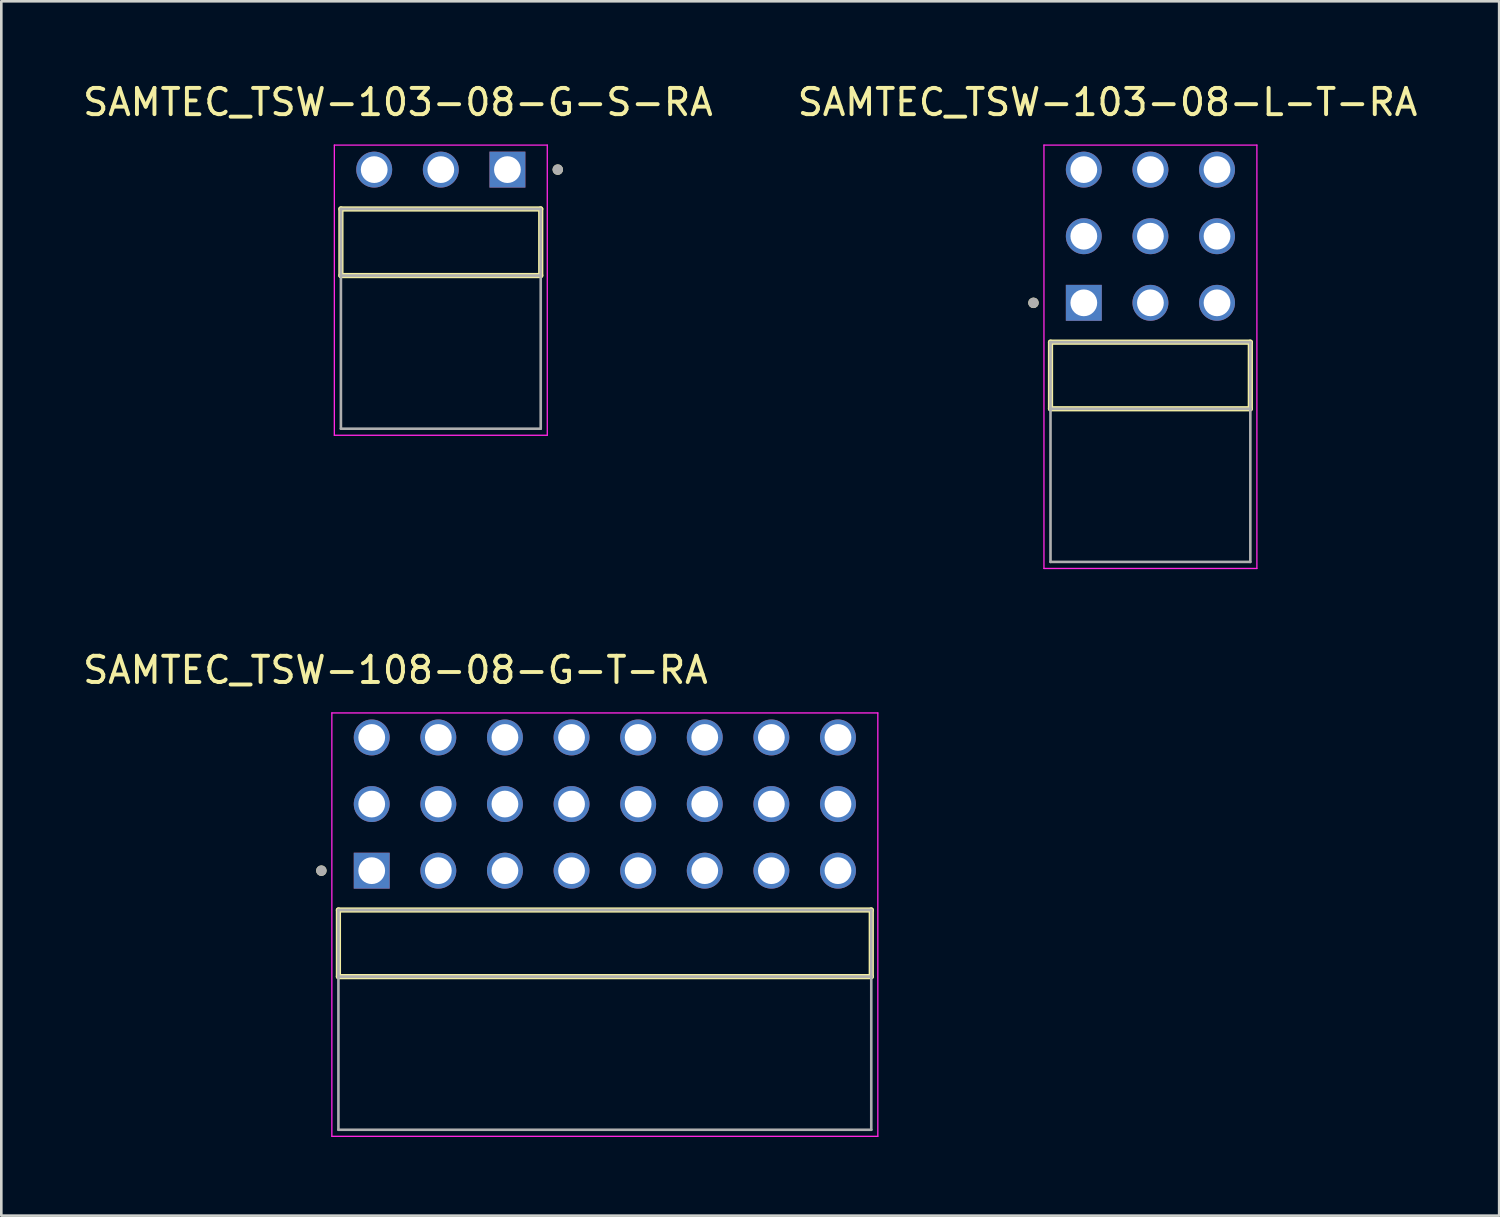
<source format=kicad_pcb>
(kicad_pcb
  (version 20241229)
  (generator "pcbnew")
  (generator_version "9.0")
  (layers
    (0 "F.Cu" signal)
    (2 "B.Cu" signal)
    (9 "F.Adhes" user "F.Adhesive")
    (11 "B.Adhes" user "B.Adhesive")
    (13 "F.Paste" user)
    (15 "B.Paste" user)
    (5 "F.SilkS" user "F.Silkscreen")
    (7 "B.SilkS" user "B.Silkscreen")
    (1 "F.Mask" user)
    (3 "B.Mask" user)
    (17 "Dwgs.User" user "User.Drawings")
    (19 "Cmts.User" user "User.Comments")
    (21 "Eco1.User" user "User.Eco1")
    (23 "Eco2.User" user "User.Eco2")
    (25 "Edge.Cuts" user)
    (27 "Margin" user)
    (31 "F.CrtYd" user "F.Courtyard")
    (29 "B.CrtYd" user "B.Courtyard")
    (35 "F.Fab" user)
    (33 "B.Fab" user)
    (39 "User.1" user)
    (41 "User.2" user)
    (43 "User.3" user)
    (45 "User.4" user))
  (footprint "SAMTEC_TSW-103-08-L-T-RA"
    (layer "F.Cu")
    (at 40.82 11.268)
    (property "Reference" "SAMTEC_TSW-103-08-L-T-RA" (at -1.635 -10.42 0) (layer "F.SilkS") (effects (font (size 1 1) (thickness 0.15))))
    (attr through_hole)
    (fp_line (start -3.81 1.27) (end -3.81 -1.27) (stroke (width 0.2) (type solid)) (layer "F.SilkS"))
    (fp_line (start 3.81 -1.27) (end -3.81 -1.27) (stroke (width 0.2) (type solid)) (layer "F.SilkS"))
    (fp_line (start 3.81 -1.27) (end 3.81 1.27) (stroke (width 0.2) (type solid)) (layer "F.SilkS"))
    (fp_line (start 3.81 1.27) (end -3.81 1.27) (stroke (width 0.2) (type solid)) (layer "F.SilkS"))
    (fp_circle (center -4.46 -2.77) (end -4.36 -2.77) (stroke (width 0.2) (type solid)) (fill no) (layer "F.SilkS"))
    (fp_line (start -4.06 -8.785) (end 4.06 -8.785) (stroke (width 0.05) (type solid)) (layer "F.CrtYd"))
    (fp_line (start -4.06 7.36) (end -4.06 -8.785) (stroke (width 0.05) (type solid)) (layer "F.CrtYd"))
    (fp_line (start 4.06 -8.785) (end 4.06 7.36) (stroke (width 0.05) (type solid)) (layer "F.CrtYd"))
    (fp_line (start 4.06 7.36) (end -4.06 7.36) (stroke (width 0.05) (type solid)) (layer "F.CrtYd"))
    (fp_line (start -3.81 -1.27) (end 3.81 -1.27) (stroke (width 0.1) (type solid)) (layer "F.Fab"))
    (fp_line (start -3.81 1.27) (end -3.81 -1.27) (stroke (width 0.1) (type solid)) (layer "F.Fab"))
    (fp_line (start -3.81 1.27) (end -3.81 7.11) (stroke (width 0.1) (type solid)) (layer "F.Fab"))
    (fp_line (start -3.81 7.11) (end 3.81 7.11) (stroke (width 0.1) (type solid)) (layer "F.Fab"))
    (fp_line (start 3.81 -1.27) (end 3.81 1.27) (stroke (width 0.1) (type solid)) (layer "F.Fab"))
    (fp_line (start 3.81 1.27) (end -3.81 1.27) (stroke (width 0.1) (type solid)) (layer "F.Fab"))
    (fp_line (start 3.81 7.11) (end 3.81 1.27) (stroke (width 0.1) (type solid)) (layer "F.Fab"))
    (fp_circle (center -4.46 -2.77) (end -4.36 -2.77) (stroke (width 0.2) (type solid)) (fill no) (layer "F.Fab"))
    (pad "01" thru_hole rect (at -2.54 -2.77) (size 1.37 1.37) (drill 1.02) (layers "*.Cu" "*.Mask"))
    (pad "02" thru_hole circle (at -2.54 -5.31) (size 1.37 1.37) (drill 1.02) (layers "*.Cu" "*.Mask"))
    (pad "03" thru_hole circle (at -2.54 -7.85) (size 1.37 1.37) (drill 1.02) (layers "*.Cu" "*.Mask"))
    (pad "04" thru_hole circle (at 0 -2.77) (size 1.37 1.37) (drill 1.02) (layers "*.Cu" "*.Mask"))
    (pad "05" thru_hole circle (at 0 -5.31) (size 1.37 1.37) (drill 1.02) (layers "*.Cu" "*.Mask"))
    (pad "06" thru_hole circle (at 0 -7.85) (size 1.37 1.37) (drill 1.02) (layers "*.Cu" "*.Mask"))
    (pad "07" thru_hole circle (at 2.54 -2.77) (size 1.37 1.37) (drill 1.02) (layers "*.Cu" "*.Mask"))
    (pad "08" thru_hole circle (at 2.54 -5.31) (size 1.37 1.37) (drill 1.02) (layers "*.Cu" "*.Mask"))
    (pad "09" thru_hole circle (at 2.54 -7.85) (size 1.37 1.37) (drill 1.02) (layers "*.Cu" "*.Mask")))
  (footprint "SAMTEC_TSW-108-08-G-T-RA"
    (layer "F.Cu")
    (at 20.015 32.922)
    (property "Reference" "SAMTEC_TSW-108-08-G-T-RA" (at -7.985 -10.42 0) (layer "F.SilkS") (effects (font (size 1 1) (thickness 0.15))))
    (attr through_hole)
    (fp_line (start -10.16 1.27) (end -10.16 -1.27) (stroke (width 0.2) (type solid)) (layer "F.SilkS"))
    (fp_line (start 10.16 -1.27) (end -10.16 -1.27) (stroke (width 0.2) (type solid)) (layer "F.SilkS"))
    (fp_line (start 10.16 -1.27) (end 10.16 1.27) (stroke (width 0.2) (type solid)) (layer "F.SilkS"))
    (fp_line (start 10.16 1.27) (end -10.16 1.27) (stroke (width 0.2) (type solid)) (layer "F.SilkS"))
    (fp_circle (center -10.81 -2.77) (end -10.71 -2.77) (stroke (width 0.2) (type solid)) (fill no) (layer "F.SilkS"))
    (fp_line (start -10.41 -8.785) (end 10.41 -8.785) (stroke (width 0.05) (type solid)) (layer "F.CrtYd"))
    (fp_line (start -10.41 7.36) (end -10.41 -8.785) (stroke (width 0.05) (type solid)) (layer "F.CrtYd"))
    (fp_line (start 10.41 -8.785) (end 10.41 7.36) (stroke (width 0.05) (type solid)) (layer "F.CrtYd"))
    (fp_line (start 10.41 7.36) (end -10.41 7.36) (stroke (width 0.05) (type solid)) (layer "F.CrtYd"))
    (fp_line (start -10.16 -1.27) (end 10.16 -1.27) (stroke (width 0.1) (type solid)) (layer "F.Fab"))
    (fp_line (start -10.16 1.27) (end -10.16 -1.27) (stroke (width 0.1) (type solid)) (layer "F.Fab"))
    (fp_line (start -10.16 1.27) (end -10.16 7.11) (stroke (width 0.1) (type solid)) (layer "F.Fab"))
    (fp_line (start -10.16 7.11) (end 10.16 7.11) (stroke (width 0.1) (type solid)) (layer "F.Fab"))
    (fp_line (start 10.16 -1.27) (end 10.16 1.27) (stroke (width 0.1) (type solid)) (layer "F.Fab"))
    (fp_line (start 10.16 1.27) (end -10.16 1.27) (stroke (width 0.1) (type solid)) (layer "F.Fab"))
    (fp_line (start 10.16 7.11) (end 10.16 1.27) (stroke (width 0.1) (type solid)) (layer "F.Fab"))
    (fp_circle (center -10.81 -2.77) (end -10.71 -2.77) (stroke (width 0.2) (type solid)) (fill no) (layer "F.Fab"))
    (pad "01" thru_hole rect (at -8.89 -2.77) (size 1.37 1.37) (drill 1.02) (layers "*.Cu" "*.Mask"))
    (pad "02" thru_hole circle (at -8.89 -5.31) (size 1.37 1.37) (drill 1.02) (layers "*.Cu" "*.Mask"))
    (pad "03" thru_hole circle (at -8.89 -7.85) (size 1.37 1.37) (drill 1.02) (layers "*.Cu" "*.Mask"))
    (pad "04" thru_hole circle (at -6.35 -2.77) (size 1.37 1.37) (drill 1.02) (layers "*.Cu" "*.Mask"))
    (pad "05" thru_hole circle (at -6.35 -5.31) (size 1.37 1.37) (drill 1.02) (layers "*.Cu" "*.Mask"))
    (pad "06" thru_hole circle (at -6.35 -7.85) (size 1.37 1.37) (drill 1.02) (layers "*.Cu" "*.Mask"))
    (pad "07" thru_hole circle (at -3.81 -2.77) (size 1.37 1.37) (drill 1.02) (layers "*.Cu" "*.Mask"))
    (pad "08" thru_hole circle (at -3.81 -5.31) (size 1.37 1.37) (drill 1.02) (layers "*.Cu" "*.Mask"))
    (pad "09" thru_hole circle (at -3.81 -7.85) (size 1.37 1.37) (drill 1.02) (layers "*.Cu" "*.Mask"))
    (pad "10" thru_hole circle (at -1.27 -2.77) (size 1.37 1.37) (drill 1.02) (layers "*.Cu" "*.Mask"))
    (pad "11" thru_hole circle (at -1.27 -5.31) (size 1.37 1.37) (drill 1.02) (layers "*.Cu" "*.Mask"))
    (pad "12" thru_hole circle (at -1.27 -7.85) (size 1.37 1.37) (drill 1.02) (layers "*.Cu" "*.Mask"))
    (pad "13" thru_hole circle (at 1.27 -2.77) (size 1.37 1.37) (drill 1.02) (layers "*.Cu" "*.Mask"))
    (pad "14" thru_hole circle (at 1.27 -5.31) (size 1.37 1.37) (drill 1.02) (layers "*.Cu" "*.Mask"))
    (pad "15" thru_hole circle (at 1.27 -7.85) (size 1.37 1.37) (drill 1.02) (layers "*.Cu" "*.Mask"))
    (pad "16" thru_hole circle (at 3.81 -2.77) (size 1.37 1.37) (drill 1.02) (layers "*.Cu" "*.Mask"))
    (pad "17" thru_hole circle (at 3.81 -5.31) (size 1.37 1.37) (drill 1.02) (layers "*.Cu" "*.Mask"))
    (pad "18" thru_hole circle (at 3.81 -7.85) (size 1.37 1.37) (drill 1.02) (layers "*.Cu" "*.Mask"))
    (pad "19" thru_hole circle (at 6.35 -2.77) (size 1.37 1.37) (drill 1.02) (layers "*.Cu" "*.Mask"))
    (pad "20" thru_hole circle (at 6.35 -5.31) (size 1.37 1.37) (drill 1.02) (layers "*.Cu" "*.Mask"))
    (pad "21" thru_hole circle (at 6.35 -7.85) (size 1.37 1.37) (drill 1.02) (layers "*.Cu" "*.Mask"))
    (pad "22" thru_hole circle (at 8.89 -2.77) (size 1.37 1.37) (drill 1.02) (layers "*.Cu" "*.Mask"))
    (pad "23" thru_hole circle (at 8.89 -5.31) (size 1.37 1.37) (drill 1.02) (layers "*.Cu" "*.Mask"))
    (pad "24" thru_hole circle (at 8.89 -7.85) (size 1.37 1.37) (drill 1.02) (layers "*.Cu" "*.Mask")))
  (footprint "SAMTEC_TSW-103-08-G-S-RA"
    (layer "F.Cu")
    (at 16.3 3.418)
    (property "Reference" "SAMTEC_TSW-103-08-G-S-RA" (at -4.175 -2.57 0) (layer "F.SilkS") (effects (font (size 1 1) (thickness 0.15))))
    (attr through_hole)
    (fp_line (start -6.35 4.04) (end -6.35 1.5) (stroke (width 0.2) (type solid)) (layer "F.SilkS"))
    (fp_line (start 1.27 1.5) (end -6.35 1.5) (stroke (width 0.2) (type solid)) (layer "F.SilkS"))
    (fp_line (start 1.27 1.5) (end 1.27 4.04) (stroke (width 0.2) (type solid)) (layer "F.SilkS"))
    (fp_line (start 1.27 4.04) (end -6.35 4.04) (stroke (width 0.2) (type solid)) (layer "F.SilkS"))
    (fp_circle (center 1.92 0) (end 2.02 0) (stroke (width 0.2) (type solid)) (fill no) (layer "F.SilkS"))
    (fp_line (start -6.6 -0.935) (end 1.52 -0.935) (stroke (width 0.05) (type solid)) (layer "F.CrtYd"))
    (fp_line (start -6.6 10.13) (end -6.6 -0.935) (stroke (width 0.05) (type solid)) (layer "F.CrtYd"))
    (fp_line (start 1.52 -0.935) (end 1.52 10.13) (stroke (width 0.05) (type solid)) (layer "F.CrtYd"))
    (fp_line (start 1.52 10.13) (end -6.6 10.13) (stroke (width 0.05) (type solid)) (layer "F.CrtYd"))
    (fp_line (start -6.35 1.5) (end 1.27 1.5) (stroke (width 0.1) (type solid)) (layer "F.Fab"))
    (fp_line (start -6.35 4.04) (end -6.35 1.5) (stroke (width 0.1) (type solid)) (layer "F.Fab"))
    (fp_line (start -6.35 4.04) (end -6.35 9.88) (stroke (width 0.1) (type solid)) (layer "F.Fab"))
    (fp_line (start -6.35 9.88) (end 1.27 9.88) (stroke (width 0.1) (type solid)) (layer "F.Fab"))
    (fp_line (start 1.27 1.5) (end 1.27 4.04) (stroke (width 0.1) (type solid)) (layer "F.Fab"))
    (fp_line (start 1.27 4.04) (end -6.35 4.04) (stroke (width 0.1) (type solid)) (layer "F.Fab"))
    (fp_line (start 1.27 9.88) (end 1.27 4.04) (stroke (width 0.1) (type solid)) (layer "F.Fab"))
    (fp_circle (center 1.92 0) (end 2.02 0) (stroke (width 0.2) (type solid)) (fill no) (layer "F.Fab"))
    (pad "1" thru_hole rect (at 0 0) (size 1.37 1.37) (drill 1.02) (layers "*.Cu" "*.Mask"))
    (pad "2" thru_hole circle (at -2.54 0) (size 1.37 1.37) (drill 1.02) (layers "*.Cu" "*.Mask"))
    (pad "3" thru_hole circle (at -5.08 0) (size 1.37 1.37) (drill 1.02) (layers "*.Cu" "*.Mask")))
  (gr_rect
    (start -3 -3)
    (end 54.119 43.306)
    (stroke (width 0.1) (type default))
    (fill no)
    (layer "Edge.Cuts")))
</source>
